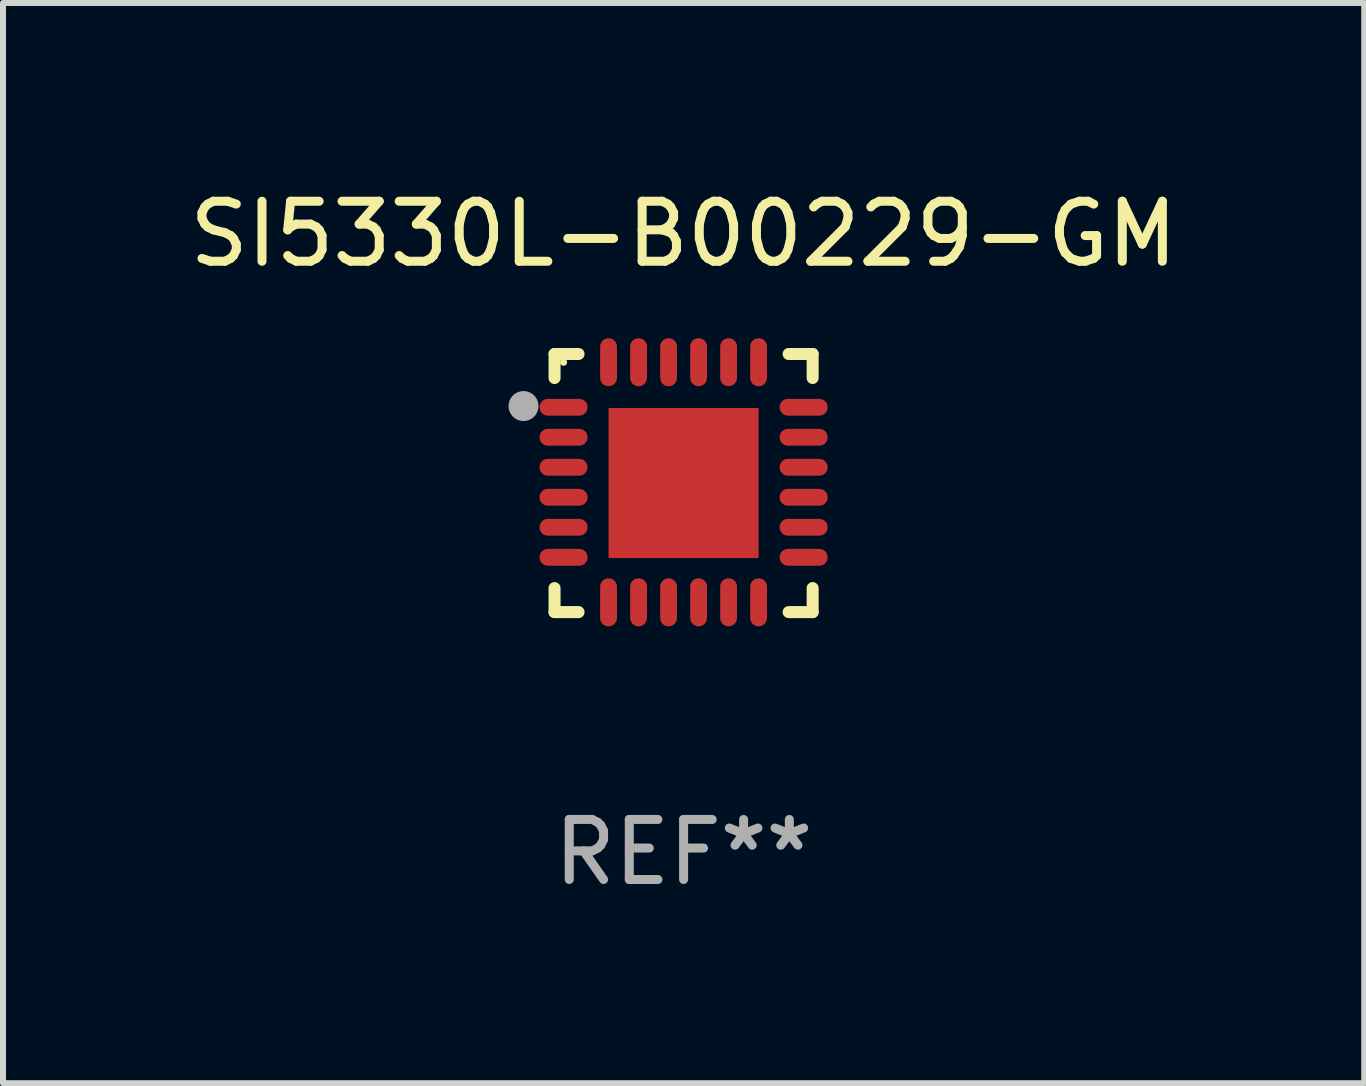
<source format=kicad_pcb>
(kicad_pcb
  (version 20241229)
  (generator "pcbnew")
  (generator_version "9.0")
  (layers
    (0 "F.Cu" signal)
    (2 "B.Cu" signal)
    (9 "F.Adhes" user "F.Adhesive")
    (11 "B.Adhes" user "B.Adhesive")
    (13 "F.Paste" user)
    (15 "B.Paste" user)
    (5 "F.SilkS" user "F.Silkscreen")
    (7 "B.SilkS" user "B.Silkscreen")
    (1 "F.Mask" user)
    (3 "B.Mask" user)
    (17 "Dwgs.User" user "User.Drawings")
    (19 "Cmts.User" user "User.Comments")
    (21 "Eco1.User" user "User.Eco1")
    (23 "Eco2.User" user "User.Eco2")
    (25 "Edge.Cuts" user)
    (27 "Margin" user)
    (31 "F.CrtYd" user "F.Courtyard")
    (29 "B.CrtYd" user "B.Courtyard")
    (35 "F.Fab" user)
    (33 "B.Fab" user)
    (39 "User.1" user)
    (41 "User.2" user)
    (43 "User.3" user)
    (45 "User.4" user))
  (footprint "SI5330L-B00229-GM"
    (layer "F.Cu")
    (at 8.339 4.998)
    (property "Reference" "SI5330L-B00229-GM" (at 0 -4.15 0) (layer "F.SilkS") (effects (font (size 1 1) (thickness 0.15))))
    (attr through_hole)
    (fp_line (start -2.15 -2.15) (end -1.75 -2.15) (stroke (width 0.2) (type solid)) (layer "F.SilkS"))
    (fp_line (start -2.15 -1.75) (end -2.15 -2.15) (stroke (width 0.2) (type solid)) (layer "F.SilkS"))
    (fp_line (start -2.15 2.15) (end -2.15 1.75) (stroke (width 0.2) (type solid)) (layer "F.SilkS"))
    (fp_line (start -1.75 2.15) (end -2.15 2.15) (stroke (width 0.2) (type solid)) (layer "F.SilkS"))
    (fp_line (start 1.75 -2.15) (end 2.15 -2.15) (stroke (width 0.2) (type solid)) (layer "F.SilkS"))
    (fp_line (start 1.75 2.15) (end 2.15 2.15) (stroke (width 0.2) (type solid)) (layer "F.SilkS"))
    (fp_line (start 2.15 -2.15) (end 2.15 -1.75) (stroke (width 0.2) (type solid)) (layer "F.SilkS"))
    (fp_line (start 2.15 2.15) (end 2.15 1.75) (stroke (width 0.2) (type solid)) (layer "F.SilkS"))
    (fp_circle (center -2 -2.013) (end -1.97 -2.013) (stroke (width 0.06) (type solid)) (fill no) (layer "F.SilkS"))
    (fp_circle (center -2.667 -1.283) (end -2.542 -1.283) (stroke (width 0.25) (type solid)) (fill no) (layer "F.Fab"))
    (fp_text user "REF**" (at 0 6.15 0) (layer "F.Fab") (effects (font (size 1 1) (thickness 0.15))))
    (pad "1" smd oval (at -2 -1.263) (size 0.8 0.28) (layers "F.Cu" "F.Mask" "F.Paste"))
    (pad "2" smd oval (at -2 -0.763) (size 0.8 0.28) (layers "F.Cu" "F.Mask" "F.Paste"))
    (pad "3" smd oval (at -2 -0.263) (size 0.8 0.28) (layers "F.Cu" "F.Mask" "F.Paste"))
    (pad "4" smd oval (at -2 0.237) (size 0.8 0.28) (layers "F.Cu" "F.Mask" "F.Paste"))
    (pad "5" smd oval (at -2 0.737) (size 0.8 0.28) (layers "F.Cu" "F.Mask" "F.Paste"))
    (pad "6" smd oval (at -2 1.237) (size 0.8 0.28) (layers "F.Cu" "F.Mask" "F.Paste"))
    (pad "7" smd oval (at -1.25 1.987) (size 0.28 0.8) (layers "F.Cu" "F.Mask" "F.Paste"))
    (pad "8" smd oval (at -0.75 1.987) (size 0.28 0.8) (layers "F.Cu" "F.Mask" "F.Paste"))
    (pad "9" smd oval (at -0.25 1.987) (size 0.28 0.8) (layers "F.Cu" "F.Mask" "F.Paste"))
    (pad "10" smd oval (at 0.25 1.987) (size 0.28 0.8) (layers "F.Cu" "F.Mask" "F.Paste"))
    (pad "11" smd oval (at 0.75 1.987) (size 0.28 0.8) (layers "F.Cu" "F.Mask" "F.Paste"))
    (pad "12" smd oval (at 1.25 1.987) (size 0.28 0.8) (layers "F.Cu" "F.Mask" "F.Paste"))
    (pad "13" smd oval (at 2 1.237) (size 0.8 0.28) (layers "F.Cu" "F.Mask" "F.Paste"))
    (pad "14" smd oval (at 2 0.737) (size 0.8 0.28) (layers "F.Cu" "F.Mask" "F.Paste"))
    (pad "15" smd oval (at 2 0.237) (size 0.8 0.28) (layers "F.Cu" "F.Mask" "F.Paste"))
    (pad "16" smd oval (at 2 -0.263) (size 0.8 0.28) (layers "F.Cu" "F.Mask" "F.Paste"))
    (pad "17" smd oval (at 2 -0.763) (size 0.8 0.28) (layers "F.Cu" "F.Mask" "F.Paste"))
    (pad "18" smd oval (at 2 -1.263) (size 0.8 0.28) (layers "F.Cu" "F.Mask" "F.Paste"))
    (pad "19" smd oval (at 1.25 -2.013) (size 0.28 0.8) (layers "F.Cu" "F.Mask" "F.Paste"))
    (pad "20" smd oval (at 0.75 -2.013) (size 0.28 0.8) (layers "F.Cu" "F.Mask" "F.Paste"))
    (pad "21" smd oval (at 0.25 -2.013) (size 0.28 0.8) (layers "F.Cu" "F.Mask" "F.Paste"))
    (pad "22" smd oval (at -0.25 -2.013) (size 0.28 0.8) (layers "F.Cu" "F.Mask" "F.Paste"))
    (pad "23" smd oval (at -0.75 -2.013) (size 0.28 0.8) (layers "F.Cu" "F.Mask" "F.Paste"))
    (pad "24" smd oval (at -1.25 -2.013) (size 0.28 0.8) (layers "F.Cu" "F.Mask" "F.Paste"))
    (pad "25" smd rect (at -0.000127 -0.00014) (size 2.5 2.5) (layers "F.Cu" "F.Mask" "F.Paste")))
  (gr_rect
    (start -3 -3)
    (end 19.679 14.997)
    (stroke (width 0.1) (type default))
    (fill no)
    (layer "Edge.Cuts")))
</source>
